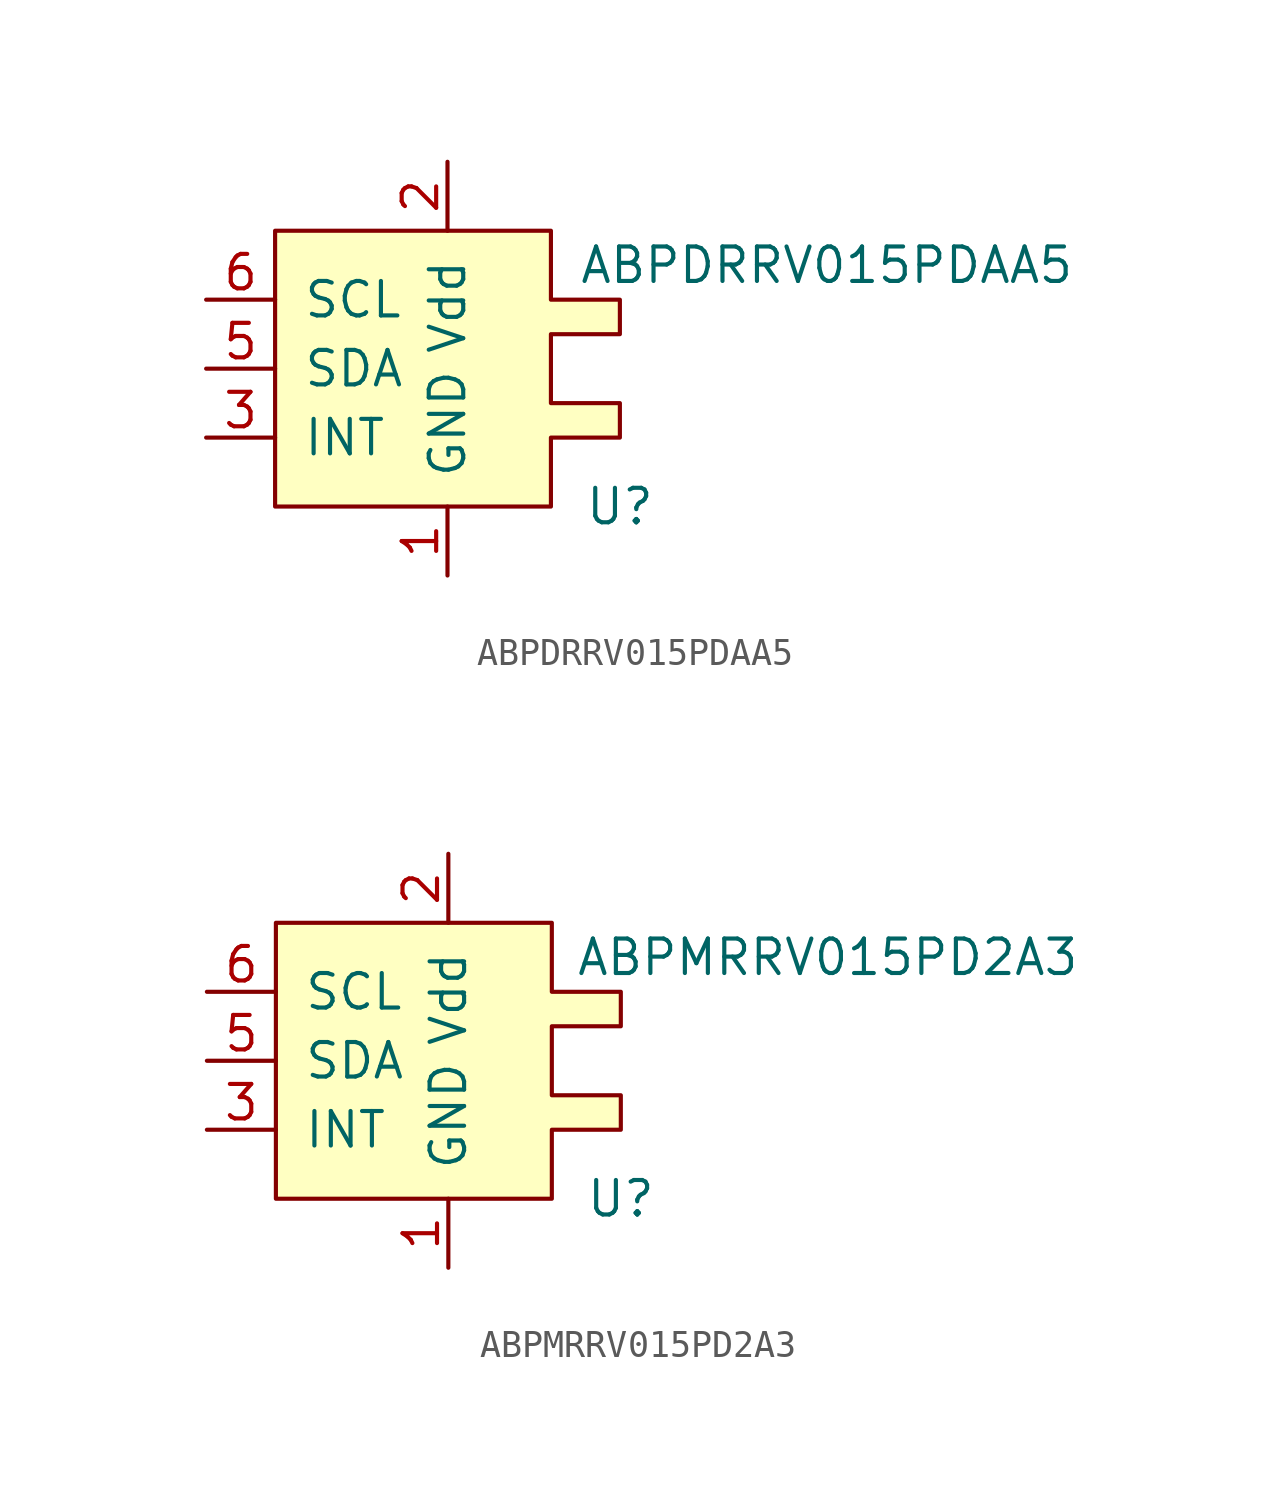
<source format=kicad_sym>
(kicad_symbol_lib
  (version 20211014)
  (generator kicad_symbol_editor)
  (symbol "ABPDRRV015PDAA5"
    (pin_names
      (offset 1.016))
    (property "Reference" "U"
      (at 6.35 -5.08 0)
      (effects (font (size 1.27 1.27))))
    (property "Value" "ABPDRRV015PDAA5"
      (at 13.97 3.81 0)
      (effects (font (size 1.27 1.27))))
    (symbol "ABPDRRV015PDAA5_0_0"
      (pin passive line (at 0 -7.62 90) (length 2.54) (name "GND" (effects (font (size 1.27 1.27)))) (number "1" (effects (font (size 1.27 1.27)))))
      (pin power_in line (at 0 7.62 270) (length 2.54) (name "Vdd" (effects (font (size 1.27 1.27)))) (number "2" (effects (font (size 1.27 1.27)))))
      (pin passive line (at -8.89 -2.54 0) (length 2.54) (name "INT" (effects (font (size 1.27 1.27)))) (number "3" (effects (font (size 1.27 1.27)))))
      (pin no_connect line (at -2.54 7.62 270) (length 2.54) hide (name "NC" (effects (font (size 1.27 1.27)))) (number "4" (effects (font (size 1.27 1.27)))))
      (pin bidirectional line (at -8.89 0 0) (length 2.54) (name "SDA" (effects (font (size 1.27 1.27)))) (number "5" (effects (font (size 1.27 1.27)))))
      (pin input line (at -8.89 2.54 0) (length 2.54) (name "SCL" (effects (font (size 1.27 1.27)))) (number "6" (effects (font (size 1.27 1.27))))))
    (symbol "ABPDRRV015PDAA5_0_1"
      (polyline (pts (xy -6.35 5.08) (xy -6.35 -5.08) (xy 3.81 -5.08) (xy 3.81 -2.54) (xy 6.35 -2.54) (xy 6.35 -1.27) (xy 3.81 -1.27) (xy 3.81 1.27) (xy 6.35 1.27) (xy 6.35 2.54) (xy 3.81 2.54) (xy 3.81 5.08) (xy -6.35 5.08)) (stroke (width 0) (type default) (color 0 0 0 0)) (fill (type background)))))
  (symbol "ABPMRRV015PD2A3"
    (pin_names
      (offset 1.016))
    (property "Reference" "U"
      (at 6.35 -5.08 0)
      (effects (font (size 1.27 1.27))))
    (property "Value" "ABPMRRV015PD2A3"
      (at 13.97 3.81 0)
      (effects (font (size 1.27 1.27))))
    (symbol "ABPMRRV015PD2A3_0_0"
      (pin passive line (at 0 -7.62 90) (length 2.54) (name "GND" (effects (font (size 1.27 1.27)))) (number "1" (effects (font (size 1.27 1.27)))))
      (pin power_in line (at 0 7.62 270) (length 2.54) (name "Vdd" (effects (font (size 1.27 1.27)))) (number "2" (effects (font (size 1.27 1.27)))))
      (pin passive line (at -8.89 -2.54 0) (length 2.54) (name "INT" (effects (font (size 1.27 1.27)))) (number "3" (effects (font (size 1.27 1.27)))))
      (pin no_connect line (at -2.54 7.62 270) (length 2.54) hide (name "NC" (effects (font (size 1.27 1.27)))) (number "4" (effects (font (size 1.27 1.27)))))
      (pin bidirectional line (at -8.89 0 0) (length 2.54) (name "SDA" (effects (font (size 1.27 1.27)))) (number "5" (effects (font (size 1.27 1.27)))))
      (pin input line (at -8.89 2.54 0) (length 2.54) (name "SCL" (effects (font (size 1.27 1.27)))) (number "6" (effects (font (size 1.27 1.27))))))
    (symbol "ABPMRRV015PD2A3_0_1"
      (polyline (pts (xy -6.35 5.08) (xy -6.35 -5.08) (xy 3.81 -5.08) (xy 3.81 -2.54) (xy 6.35 -2.54) (xy 6.35 -1.27) (xy 3.81 -1.27) (xy 3.81 1.27) (xy 6.35 1.27) (xy 6.35 2.54) (xy 3.81 2.54) (xy 3.81 5.08) (xy -6.35 5.08)) (stroke (width 0) (type default) (color 0 0 0 0)) (fill (type background))))))
</source>
